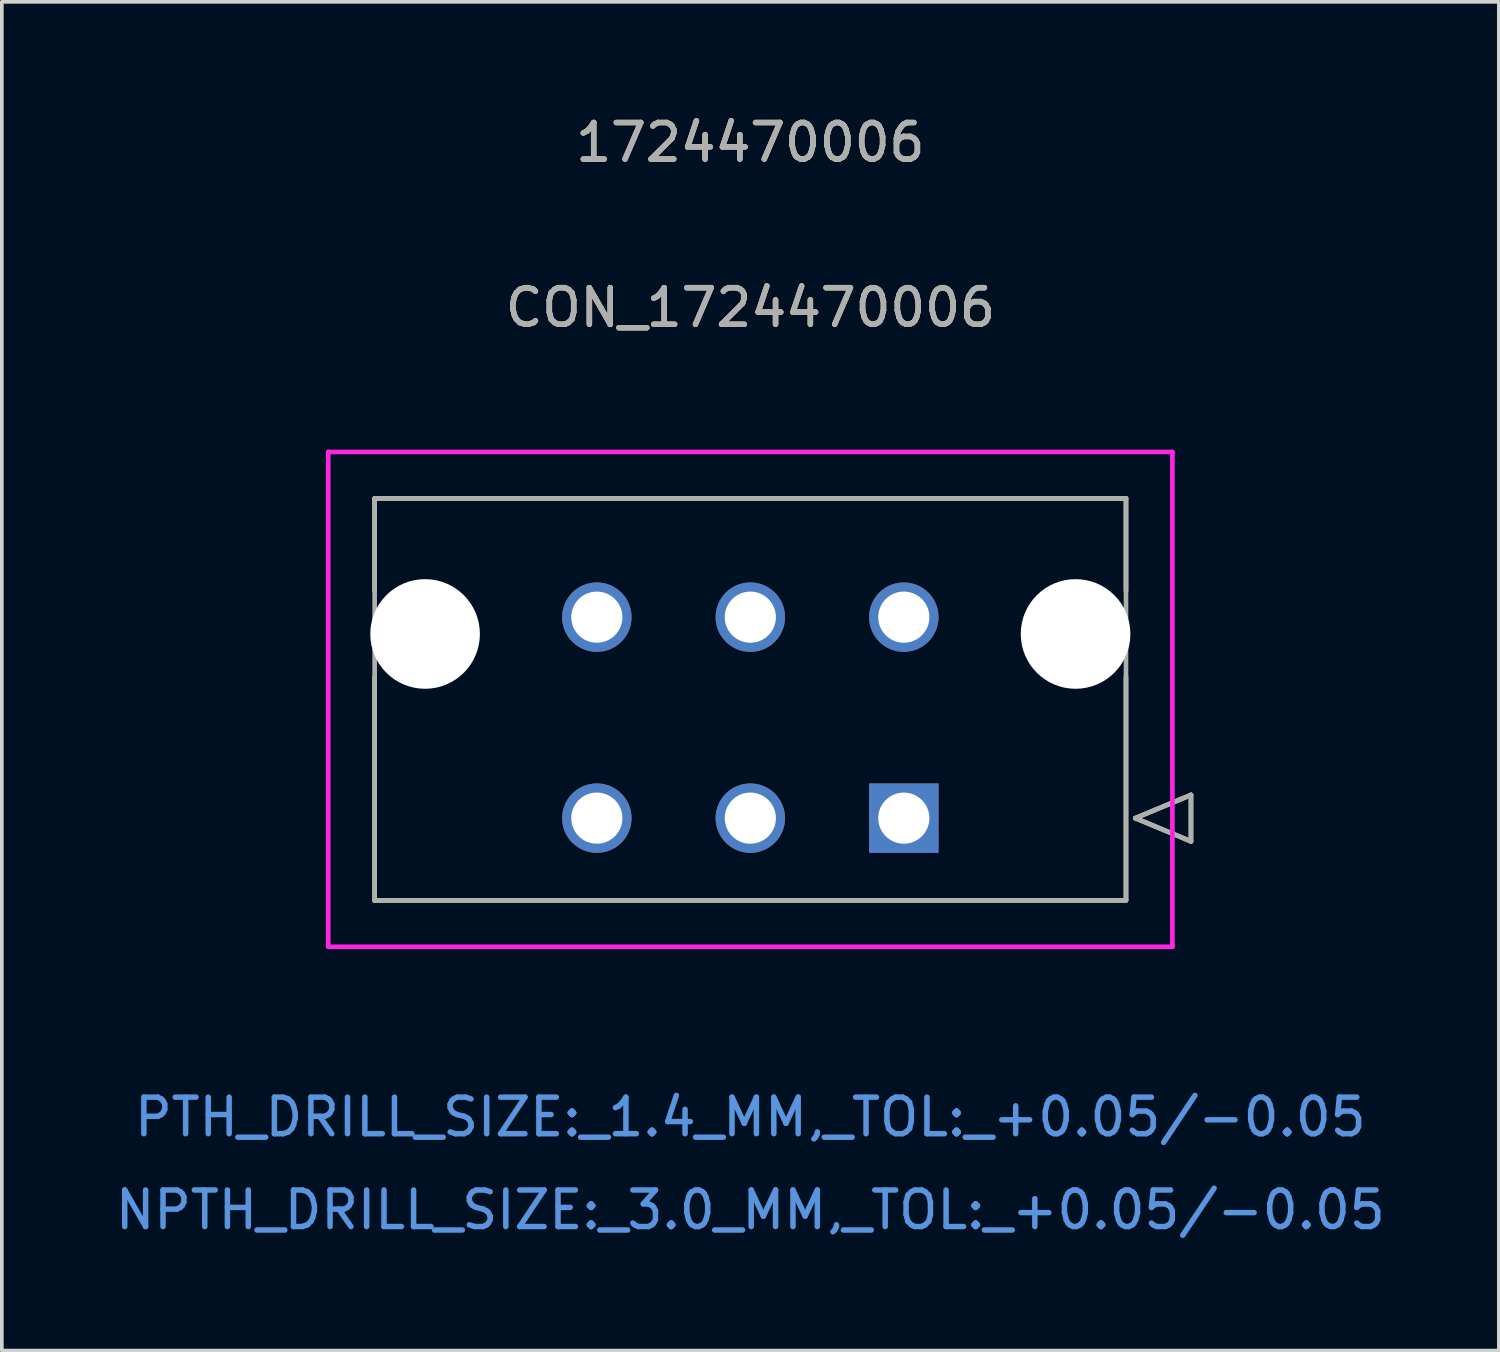
<source format=kicad_pcb>
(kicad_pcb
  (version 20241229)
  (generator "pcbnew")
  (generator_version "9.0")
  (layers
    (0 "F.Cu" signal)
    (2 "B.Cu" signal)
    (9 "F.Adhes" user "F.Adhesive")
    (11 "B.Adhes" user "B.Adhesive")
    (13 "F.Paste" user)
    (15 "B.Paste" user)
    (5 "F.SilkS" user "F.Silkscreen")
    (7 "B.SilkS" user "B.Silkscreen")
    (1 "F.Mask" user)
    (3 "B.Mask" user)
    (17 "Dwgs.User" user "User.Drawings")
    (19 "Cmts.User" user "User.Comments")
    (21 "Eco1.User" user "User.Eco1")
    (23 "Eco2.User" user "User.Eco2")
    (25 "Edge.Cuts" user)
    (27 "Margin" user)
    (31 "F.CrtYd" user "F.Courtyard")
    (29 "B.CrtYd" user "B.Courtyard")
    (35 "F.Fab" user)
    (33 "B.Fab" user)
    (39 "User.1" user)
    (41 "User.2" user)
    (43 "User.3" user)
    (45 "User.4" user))
  (footprint "CON_1724470006"
    (layer "F.Cu")
    (at 21.682 19.338)
    (property "Reference" "CON_1724470006" (at -4.2 -13.97 0) (unlocked yes) (layer "F.SilkS") (effects (font (size 1 1) (thickness 0.15))))
    (attr through_hole)
    (fp_line (start -14.48 -8.75) (end -14.48 -6.223) (stroke (width 0.127) (type solid)) (layer "F.SilkS"))
    (fp_line (start -14.48 -3.857) (end -14.48 2.25) (stroke (width 0.127) (type solid)) (layer "F.SilkS"))
    (fp_line (start -14.48 2.25) (end 6.08 2.25) (stroke (width 0.127) (type solid)) (layer "F.SilkS"))
    (fp_line (start 6.08 -8.75) (end -14.48 -8.75) (stroke (width 0.127) (type solid)) (layer "F.SilkS"))
    (fp_line (start 6.08 -6.223) (end 6.08 -8.75) (stroke (width 0.127) (type solid)) (layer "F.SilkS"))
    (fp_line (start 6.08 2.25) (end 6.08 -3.857) (stroke (width 0.127) (type solid)) (layer "F.SilkS"))
    (fp_line (start 6.334 0) (end 7.858 -0.635) (stroke (width 0.127) (type solid)) (layer "F.SilkS"))
    (fp_line (start 7.858 -0.635) (end 7.858 0.635) (stroke (width 0.127) (type solid)) (layer "F.SilkS"))
    (fp_line (start 7.858 0.635) (end 6.334 0) (stroke (width 0.127) (type solid)) (layer "F.SilkS"))
    (fp_line (start -15.75 -10.02) (end -15.75 3.52) (stroke (width 0.127) (type solid)) (layer "F.CrtYd"))
    (fp_line (start -15.75 3.52) (end 7.35 3.52) (stroke (width 0.127) (type solid)) (layer "F.CrtYd"))
    (fp_line (start 7.35 -10.02) (end -15.75 -10.02) (stroke (width 0.127) (type solid)) (layer "F.CrtYd"))
    (fp_line (start 7.35 3.52) (end 7.35 -10.02) (stroke (width 0.127) (type solid)) (layer "F.CrtYd"))
    (fp_line (start -14.48 -8.75) (end -14.48 2.25) (stroke (width 0.127) (type solid)) (layer "F.Fab"))
    (fp_line (start -14.48 2.25) (end 6.08 2.25) (stroke (width 0.127) (type solid)) (layer "F.Fab"))
    (fp_line (start 6.08 -8.75) (end -14.48 -8.75) (stroke (width 0.127) (type solid)) (layer "F.Fab"))
    (fp_line (start 6.08 2.25) (end 6.08 -8.75) (stroke (width 0.127) (type solid)) (layer "F.Fab"))
    (fp_line (start 6.334 0) (end 7.858 -0.635) (stroke (width 0.127) (type solid)) (layer "F.Fab"))
    (fp_line (start 7.858 -0.635) (end 7.858 0.635) (stroke (width 0.127) (type solid)) (layer "F.Fab"))
    (fp_line (start 7.858 0.635) (end 6.334 0) (stroke (width 0.127) (type solid)) (layer "F.Fab"))
    (fp_text user "1724470006" (at -4.2 -18.49 0) (unlocked yes) (layer "F.SilkS") (effects (font (size 1 1) (thickness 0.15))))
    (fp_text user "PTH_DRILL_SIZE:_1.4_MM,_TOL:_+0.05/-0.05" (at -4.2 8.18 0) (unlocked yes) (layer "Cmts.User") (effects (font (size 1 1) (thickness 0.15))))
    (fp_text user "NPTH_DRILL_SIZE:_3.0_MM,_TOL:_+0.05/-0.05" (at -4.2 10.72 0) (unlocked yes) (layer "Cmts.User") (effects (font (size 1 1) (thickness 0.15))))
    (fp_text user "${REFERENCE}" (at -4.2 -13.97 0) (unlocked yes) (layer "F.Fab") (effects (font (size 1 1) (thickness 0.15))))
    (fp_text user "1724470006" (at -4.2 -18.49 0) (unlocked yes) (layer "F.Fab") (effects (font (size 1 1) (thickness 0.15))))
    (pad "" np_thru_hole circle (at -13.1 -5.04) (size 3 3) (drill 3) (layers "*.Cu" "*.Mask"))
    (pad "" np_thru_hole circle (at 4.7 -5.04) (size 3 3) (drill 3) (layers "*.Cu" "*.Mask"))
    (pad "1" thru_hole rect (at 0 0) (size 1.9 1.9) (drill 1.4) (layers "*.Cu" "*.Mask"))
    (pad "2" thru_hole circle (at -4.2 0) (size 1.9 1.9) (drill 1.4) (layers "*.Cu" "*.Mask"))
    (pad "3" thru_hole circle (at -8.4 0) (size 1.9 1.9) (drill 1.4) (layers "*.Cu" "*.Mask"))
    (pad "4" thru_hole circle (at 0 -5.5) (size 1.9 1.9) (drill 1.4) (layers "*.Cu" "*.Mask"))
    (pad "5" thru_hole circle (at -4.2 -5.5) (size 1.9 1.9) (drill 1.4) (layers "*.Cu" "*.Mask"))
    (pad "6" thru_hole circle (at -8.4 -5.5) (size 1.9 1.9) (drill 1.4) (layers "*.Cu" "*.Mask")))
  (gr_rect
    (start -3 -3)
    (end 37.964 33.907)
    (stroke (width 0.1) (type default))
    (fill no)
    (layer "Edge.Cuts")))
</source>
